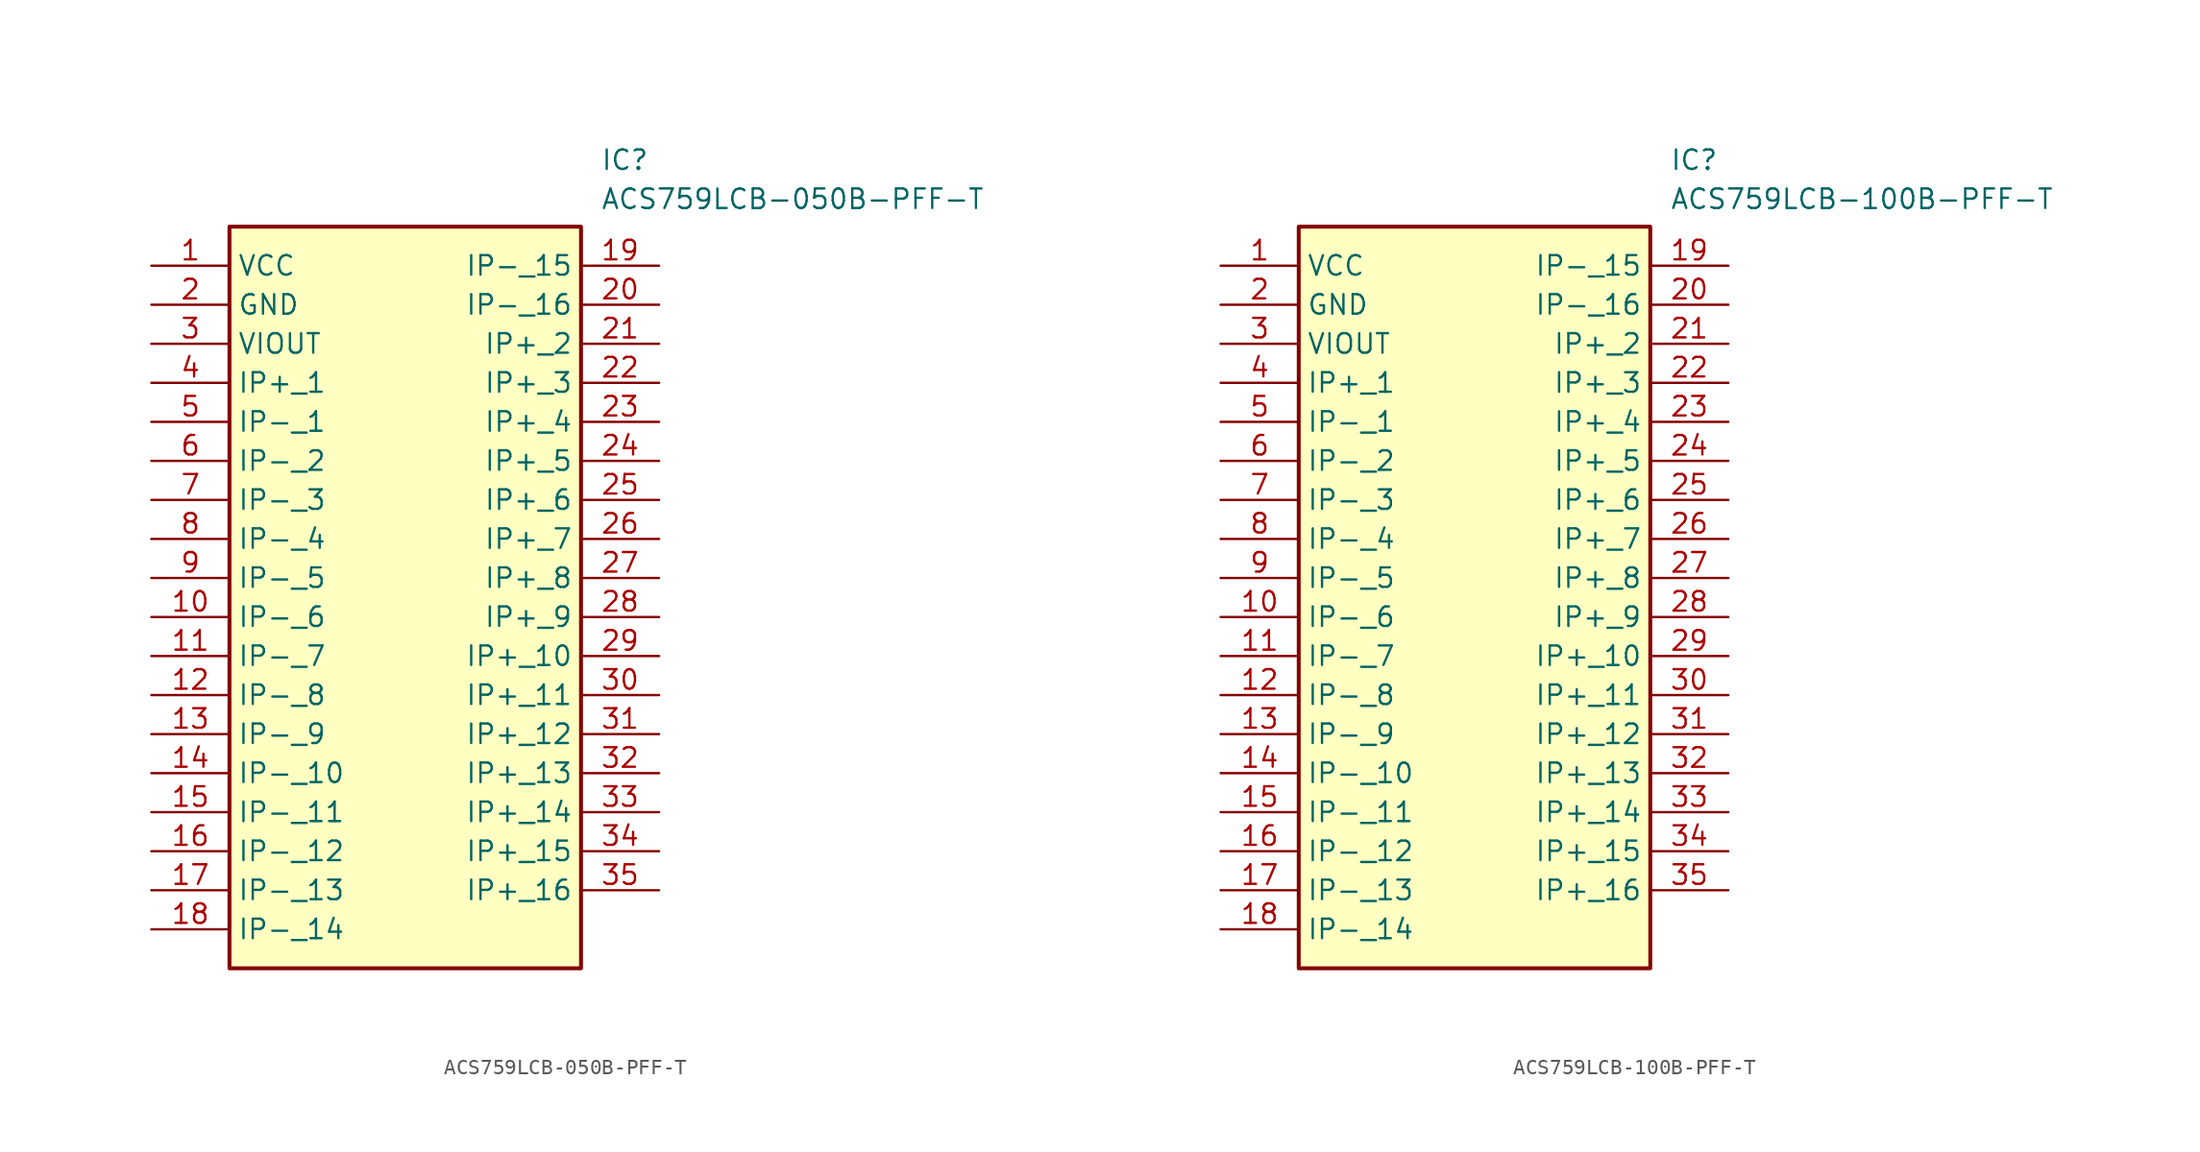
<source format=kicad_sym>
(kicad_symbol_lib
  (version 20241209)
  (generator "kicad_symbol_editor")
  (generator_version "9.0")
  (symbol "ACS759LCB-050B-PFF-T"
    (property "Reference" "IC"
      (at 29.21 7.62 0)
      (effects (font (size 1.27 1.27)) (justify left top)))
    (property "Value" "ACS759LCB-050B-PFF-T"
      (at 29.21 5.08 0)
      (effects (font (size 1.27 1.27)) (justify left top)))
    (symbol "ACS759LCB-050B-PFF-T_1_1"
      (rectangle (start 5.08 2.54) (end 27.94 -45.72) (stroke (width 0.254) (type default)) (fill (type background)))
      (pin passive line (at 0 0 0) (length 5.08) (name "VCC" (effects (font (size 1.27 1.27)))) (number "1" (effects (font (size 1.27 1.27)))))
      (pin passive line (at 0 -2.54 0) (length 5.08) (name "GND" (effects (font (size 1.27 1.27)))) (number "2" (effects (font (size 1.27 1.27)))))
      (pin passive line (at 0 -5.08 0) (length 5.08) (name "VIOUT" (effects (font (size 1.27 1.27)))) (number "3" (effects (font (size 1.27 1.27)))))
      (pin passive line (at 0 -7.62 0) (length 5.08) (name "IP+_1" (effects (font (size 1.27 1.27)))) (number "4" (effects (font (size 1.27 1.27)))))
      (pin passive line (at 0 -10.16 0) (length 5.08) (name "IP-_1" (effects (font (size 1.27 1.27)))) (number "5" (effects (font (size 1.27 1.27)))))
      (pin passive line (at 0 -12.7 0) (length 5.08) (name "IP-_2" (effects (font (size 1.27 1.27)))) (number "6" (effects (font (size 1.27 1.27)))))
      (pin passive line (at 0 -15.24 0) (length 5.08) (name "IP-_3" (effects (font (size 1.27 1.27)))) (number "7" (effects (font (size 1.27 1.27)))))
      (pin passive line (at 0 -17.78 0) (length 5.08) (name "IP-_4" (effects (font (size 1.27 1.27)))) (number "8" (effects (font (size 1.27 1.27)))))
      (pin passive line (at 0 -20.32 0) (length 5.08) (name "IP-_5" (effects (font (size 1.27 1.27)))) (number "9" (effects (font (size 1.27 1.27)))))
      (pin passive line (at 0 -22.86 0) (length 5.08) (name "IP-_6" (effects (font (size 1.27 1.27)))) (number "10" (effects (font (size 1.27 1.27)))))
      (pin passive line (at 0 -25.4 0) (length 5.08) (name "IP-_7" (effects (font (size 1.27 1.27)))) (number "11" (effects (font (size 1.27 1.27)))))
      (pin passive line (at 0 -27.94 0) (length 5.08) (name "IP-_8" (effects (font (size 1.27 1.27)))) (number "12" (effects (font (size 1.27 1.27)))))
      (pin passive line (at 0 -30.48 0) (length 5.08) (name "IP-_9" (effects (font (size 1.27 1.27)))) (number "13" (effects (font (size 1.27 1.27)))))
      (pin passive line (at 0 -33.02 0) (length 5.08) (name "IP-_10" (effects (font (size 1.27 1.27)))) (number "14" (effects (font (size 1.27 1.27)))))
      (pin passive line (at 0 -35.56 0) (length 5.08) (name "IP-_11" (effects (font (size 1.27 1.27)))) (number "15" (effects (font (size 1.27 1.27)))))
      (pin passive line (at 0 -38.1 0) (length 5.08) (name "IP-_12" (effects (font (size 1.27 1.27)))) (number "16" (effects (font (size 1.27 1.27)))))
      (pin passive line (at 0 -40.64 0) (length 5.08) (name "IP-_13" (effects (font (size 1.27 1.27)))) (number "17" (effects (font (size 1.27 1.27)))))
      (pin passive line (at 0 -43.18 0) (length 5.08) (name "IP-_14" (effects (font (size 1.27 1.27)))) (number "18" (effects (font (size 1.27 1.27)))))
      (pin passive line (at 33.02 0 180) (length 5.08) (name "IP-_15" (effects (font (size 1.27 1.27)))) (number "19" (effects (font (size 1.27 1.27)))))
      (pin passive line (at 33.02 -2.54 180) (length 5.08) (name "IP-_16" (effects (font (size 1.27 1.27)))) (number "20" (effects (font (size 1.27 1.27)))))
      (pin passive line (at 33.02 -5.08 180) (length 5.08) (name "IP+_2" (effects (font (size 1.27 1.27)))) (number "21" (effects (font (size 1.27 1.27)))))
      (pin passive line (at 33.02 -7.62 180) (length 5.08) (name "IP+_3" (effects (font (size 1.27 1.27)))) (number "22" (effects (font (size 1.27 1.27)))))
      (pin passive line (at 33.02 -10.16 180) (length 5.08) (name "IP+_4" (effects (font (size 1.27 1.27)))) (number "23" (effects (font (size 1.27 1.27)))))
      (pin passive line (at 33.02 -12.7 180) (length 5.08) (name "IP+_5" (effects (font (size 1.27 1.27)))) (number "24" (effects (font (size 1.27 1.27)))))
      (pin passive line (at 33.02 -15.24 180) (length 5.08) (name "IP+_6" (effects (font (size 1.27 1.27)))) (number "25" (effects (font (size 1.27 1.27)))))
      (pin passive line (at 33.02 -17.78 180) (length 5.08) (name "IP+_7" (effects (font (size 1.27 1.27)))) (number "26" (effects (font (size 1.27 1.27)))))
      (pin passive line (at 33.02 -20.32 180) (length 5.08) (name "IP+_8" (effects (font (size 1.27 1.27)))) (number "27" (effects (font (size 1.27 1.27)))))
      (pin passive line (at 33.02 -22.86 180) (length 5.08) (name "IP+_9" (effects (font (size 1.27 1.27)))) (number "28" (effects (font (size 1.27 1.27)))))
      (pin passive line (at 33.02 -25.4 180) (length 5.08) (name "IP+_10" (effects (font (size 1.27 1.27)))) (number "29" (effects (font (size 1.27 1.27)))))
      (pin passive line (at 33.02 -27.94 180) (length 5.08) (name "IP+_11" (effects (font (size 1.27 1.27)))) (number "30" (effects (font (size 1.27 1.27)))))
      (pin passive line (at 33.02 -30.48 180) (length 5.08) (name "IP+_12" (effects (font (size 1.27 1.27)))) (number "31" (effects (font (size 1.27 1.27)))))
      (pin passive line (at 33.02 -33.02 180) (length 5.08) (name "IP+_13" (effects (font (size 1.27 1.27)))) (number "32" (effects (font (size 1.27 1.27)))))
      (pin passive line (at 33.02 -35.56 180) (length 5.08) (name "IP+_14" (effects (font (size 1.27 1.27)))) (number "33" (effects (font (size 1.27 1.27)))))
      (pin passive line (at 33.02 -38.1 180) (length 5.08) (name "IP+_15" (effects (font (size 1.27 1.27)))) (number "34" (effects (font (size 1.27 1.27)))))
      (pin passive line (at 33.02 -40.64 180) (length 5.08) (name "IP+_16" (effects (font (size 1.27 1.27)))) (number "35" (effects (font (size 1.27 1.27)))))))
  (symbol "ACS759LCB-100B-PFF-T"
    (property "Reference" "IC"
      (at 29.21 7.62 0)
      (effects (font (size 1.27 1.27)) (justify left top)))
    (property "Value" "ACS759LCB-100B-PFF-T"
      (at 29.21 5.08 0)
      (effects (font (size 1.27 1.27)) (justify left top)))
    (symbol "ACS759LCB-100B-PFF-T_1_1"
      (rectangle (start 5.08 2.54) (end 27.94 -45.72) (stroke (width 0.254) (type default)) (fill (type background)))
      (pin passive line (at 0 0 0) (length 5.08) (name "VCC" (effects (font (size 1.27 1.27)))) (number "1" (effects (font (size 1.27 1.27)))))
      (pin passive line (at 0 -2.54 0) (length 5.08) (name "GND" (effects (font (size 1.27 1.27)))) (number "2" (effects (font (size 1.27 1.27)))))
      (pin passive line (at 0 -5.08 0) (length 5.08) (name "VIOUT" (effects (font (size 1.27 1.27)))) (number "3" (effects (font (size 1.27 1.27)))))
      (pin passive line (at 0 -7.62 0) (length 5.08) (name "IP+_1" (effects (font (size 1.27 1.27)))) (number "4" (effects (font (size 1.27 1.27)))))
      (pin passive line (at 0 -10.16 0) (length 5.08) (name "IP-_1" (effects (font (size 1.27 1.27)))) (number "5" (effects (font (size 1.27 1.27)))))
      (pin passive line (at 0 -12.7 0) (length 5.08) (name "IP-_2" (effects (font (size 1.27 1.27)))) (number "6" (effects (font (size 1.27 1.27)))))
      (pin passive line (at 0 -15.24 0) (length 5.08) (name "IP-_3" (effects (font (size 1.27 1.27)))) (number "7" (effects (font (size 1.27 1.27)))))
      (pin passive line (at 0 -17.78 0) (length 5.08) (name "IP-_4" (effects (font (size 1.27 1.27)))) (number "8" (effects (font (size 1.27 1.27)))))
      (pin passive line (at 0 -20.32 0) (length 5.08) (name "IP-_5" (effects (font (size 1.27 1.27)))) (number "9" (effects (font (size 1.27 1.27)))))
      (pin passive line (at 0 -22.86 0) (length 5.08) (name "IP-_6" (effects (font (size 1.27 1.27)))) (number "10" (effects (font (size 1.27 1.27)))))
      (pin passive line (at 0 -25.4 0) (length 5.08) (name "IP-_7" (effects (font (size 1.27 1.27)))) (number "11" (effects (font (size 1.27 1.27)))))
      (pin passive line (at 0 -27.94 0) (length 5.08) (name "IP-_8" (effects (font (size 1.27 1.27)))) (number "12" (effects (font (size 1.27 1.27)))))
      (pin passive line (at 0 -30.48 0) (length 5.08) (name "IP-_9" (effects (font (size 1.27 1.27)))) (number "13" (effects (font (size 1.27 1.27)))))
      (pin passive line (at 0 -33.02 0) (length 5.08) (name "IP-_10" (effects (font (size 1.27 1.27)))) (number "14" (effects (font (size 1.27 1.27)))))
      (pin passive line (at 0 -35.56 0) (length 5.08) (name "IP-_11" (effects (font (size 1.27 1.27)))) (number "15" (effects (font (size 1.27 1.27)))))
      (pin passive line (at 0 -38.1 0) (length 5.08) (name "IP-_12" (effects (font (size 1.27 1.27)))) (number "16" (effects (font (size 1.27 1.27)))))
      (pin passive line (at 0 -40.64 0) (length 5.08) (name "IP-_13" (effects (font (size 1.27 1.27)))) (number "17" (effects (font (size 1.27 1.27)))))
      (pin passive line (at 0 -43.18 0) (length 5.08) (name "IP-_14" (effects (font (size 1.27 1.27)))) (number "18" (effects (font (size 1.27 1.27)))))
      (pin passive line (at 33.02 0 180) (length 5.08) (name "IP-_15" (effects (font (size 1.27 1.27)))) (number "19" (effects (font (size 1.27 1.27)))))
      (pin passive line (at 33.02 -2.54 180) (length 5.08) (name "IP-_16" (effects (font (size 1.27 1.27)))) (number "20" (effects (font (size 1.27 1.27)))))
      (pin passive line (at 33.02 -5.08 180) (length 5.08) (name "IP+_2" (effects (font (size 1.27 1.27)))) (number "21" (effects (font (size 1.27 1.27)))))
      (pin passive line (at 33.02 -7.62 180) (length 5.08) (name "IP+_3" (effects (font (size 1.27 1.27)))) (number "22" (effects (font (size 1.27 1.27)))))
      (pin passive line (at 33.02 -10.16 180) (length 5.08) (name "IP+_4" (effects (font (size 1.27 1.27)))) (number "23" (effects (font (size 1.27 1.27)))))
      (pin passive line (at 33.02 -12.7 180) (length 5.08) (name "IP+_5" (effects (font (size 1.27 1.27)))) (number "24" (effects (font (size 1.27 1.27)))))
      (pin passive line (at 33.02 -15.24 180) (length 5.08) (name "IP+_6" (effects (font (size 1.27 1.27)))) (number "25" (effects (font (size 1.27 1.27)))))
      (pin passive line (at 33.02 -17.78 180) (length 5.08) (name "IP+_7" (effects (font (size 1.27 1.27)))) (number "26" (effects (font (size 1.27 1.27)))))
      (pin passive line (at 33.02 -20.32 180) (length 5.08) (name "IP+_8" (effects (font (size 1.27 1.27)))) (number "27" (effects (font (size 1.27 1.27)))))
      (pin passive line (at 33.02 -22.86 180) (length 5.08) (name "IP+_9" (effects (font (size 1.27 1.27)))) (number "28" (effects (font (size 1.27 1.27)))))
      (pin passive line (at 33.02 -25.4 180) (length 5.08) (name "IP+_10" (effects (font (size 1.27 1.27)))) (number "29" (effects (font (size 1.27 1.27)))))
      (pin passive line (at 33.02 -27.94 180) (length 5.08) (name "IP+_11" (effects (font (size 1.27 1.27)))) (number "30" (effects (font (size 1.27 1.27)))))
      (pin passive line (at 33.02 -30.48 180) (length 5.08) (name "IP+_12" (effects (font (size 1.27 1.27)))) (number "31" (effects (font (size 1.27 1.27)))))
      (pin passive line (at 33.02 -33.02 180) (length 5.08) (name "IP+_13" (effects (font (size 1.27 1.27)))) (number "32" (effects (font (size 1.27 1.27)))))
      (pin passive line (at 33.02 -35.56 180) (length 5.08) (name "IP+_14" (effects (font (size 1.27 1.27)))) (number "33" (effects (font (size 1.27 1.27)))))
      (pin passive line (at 33.02 -38.1 180) (length 5.08) (name "IP+_15" (effects (font (size 1.27 1.27)))) (number "34" (effects (font (size 1.27 1.27)))))
      (pin passive line (at 33.02 -40.64 180) (length 5.08) (name "IP+_16" (effects (font (size 1.27 1.27)))) (number "35" (effects (font (size 1.27 1.27))))))))
</source>
